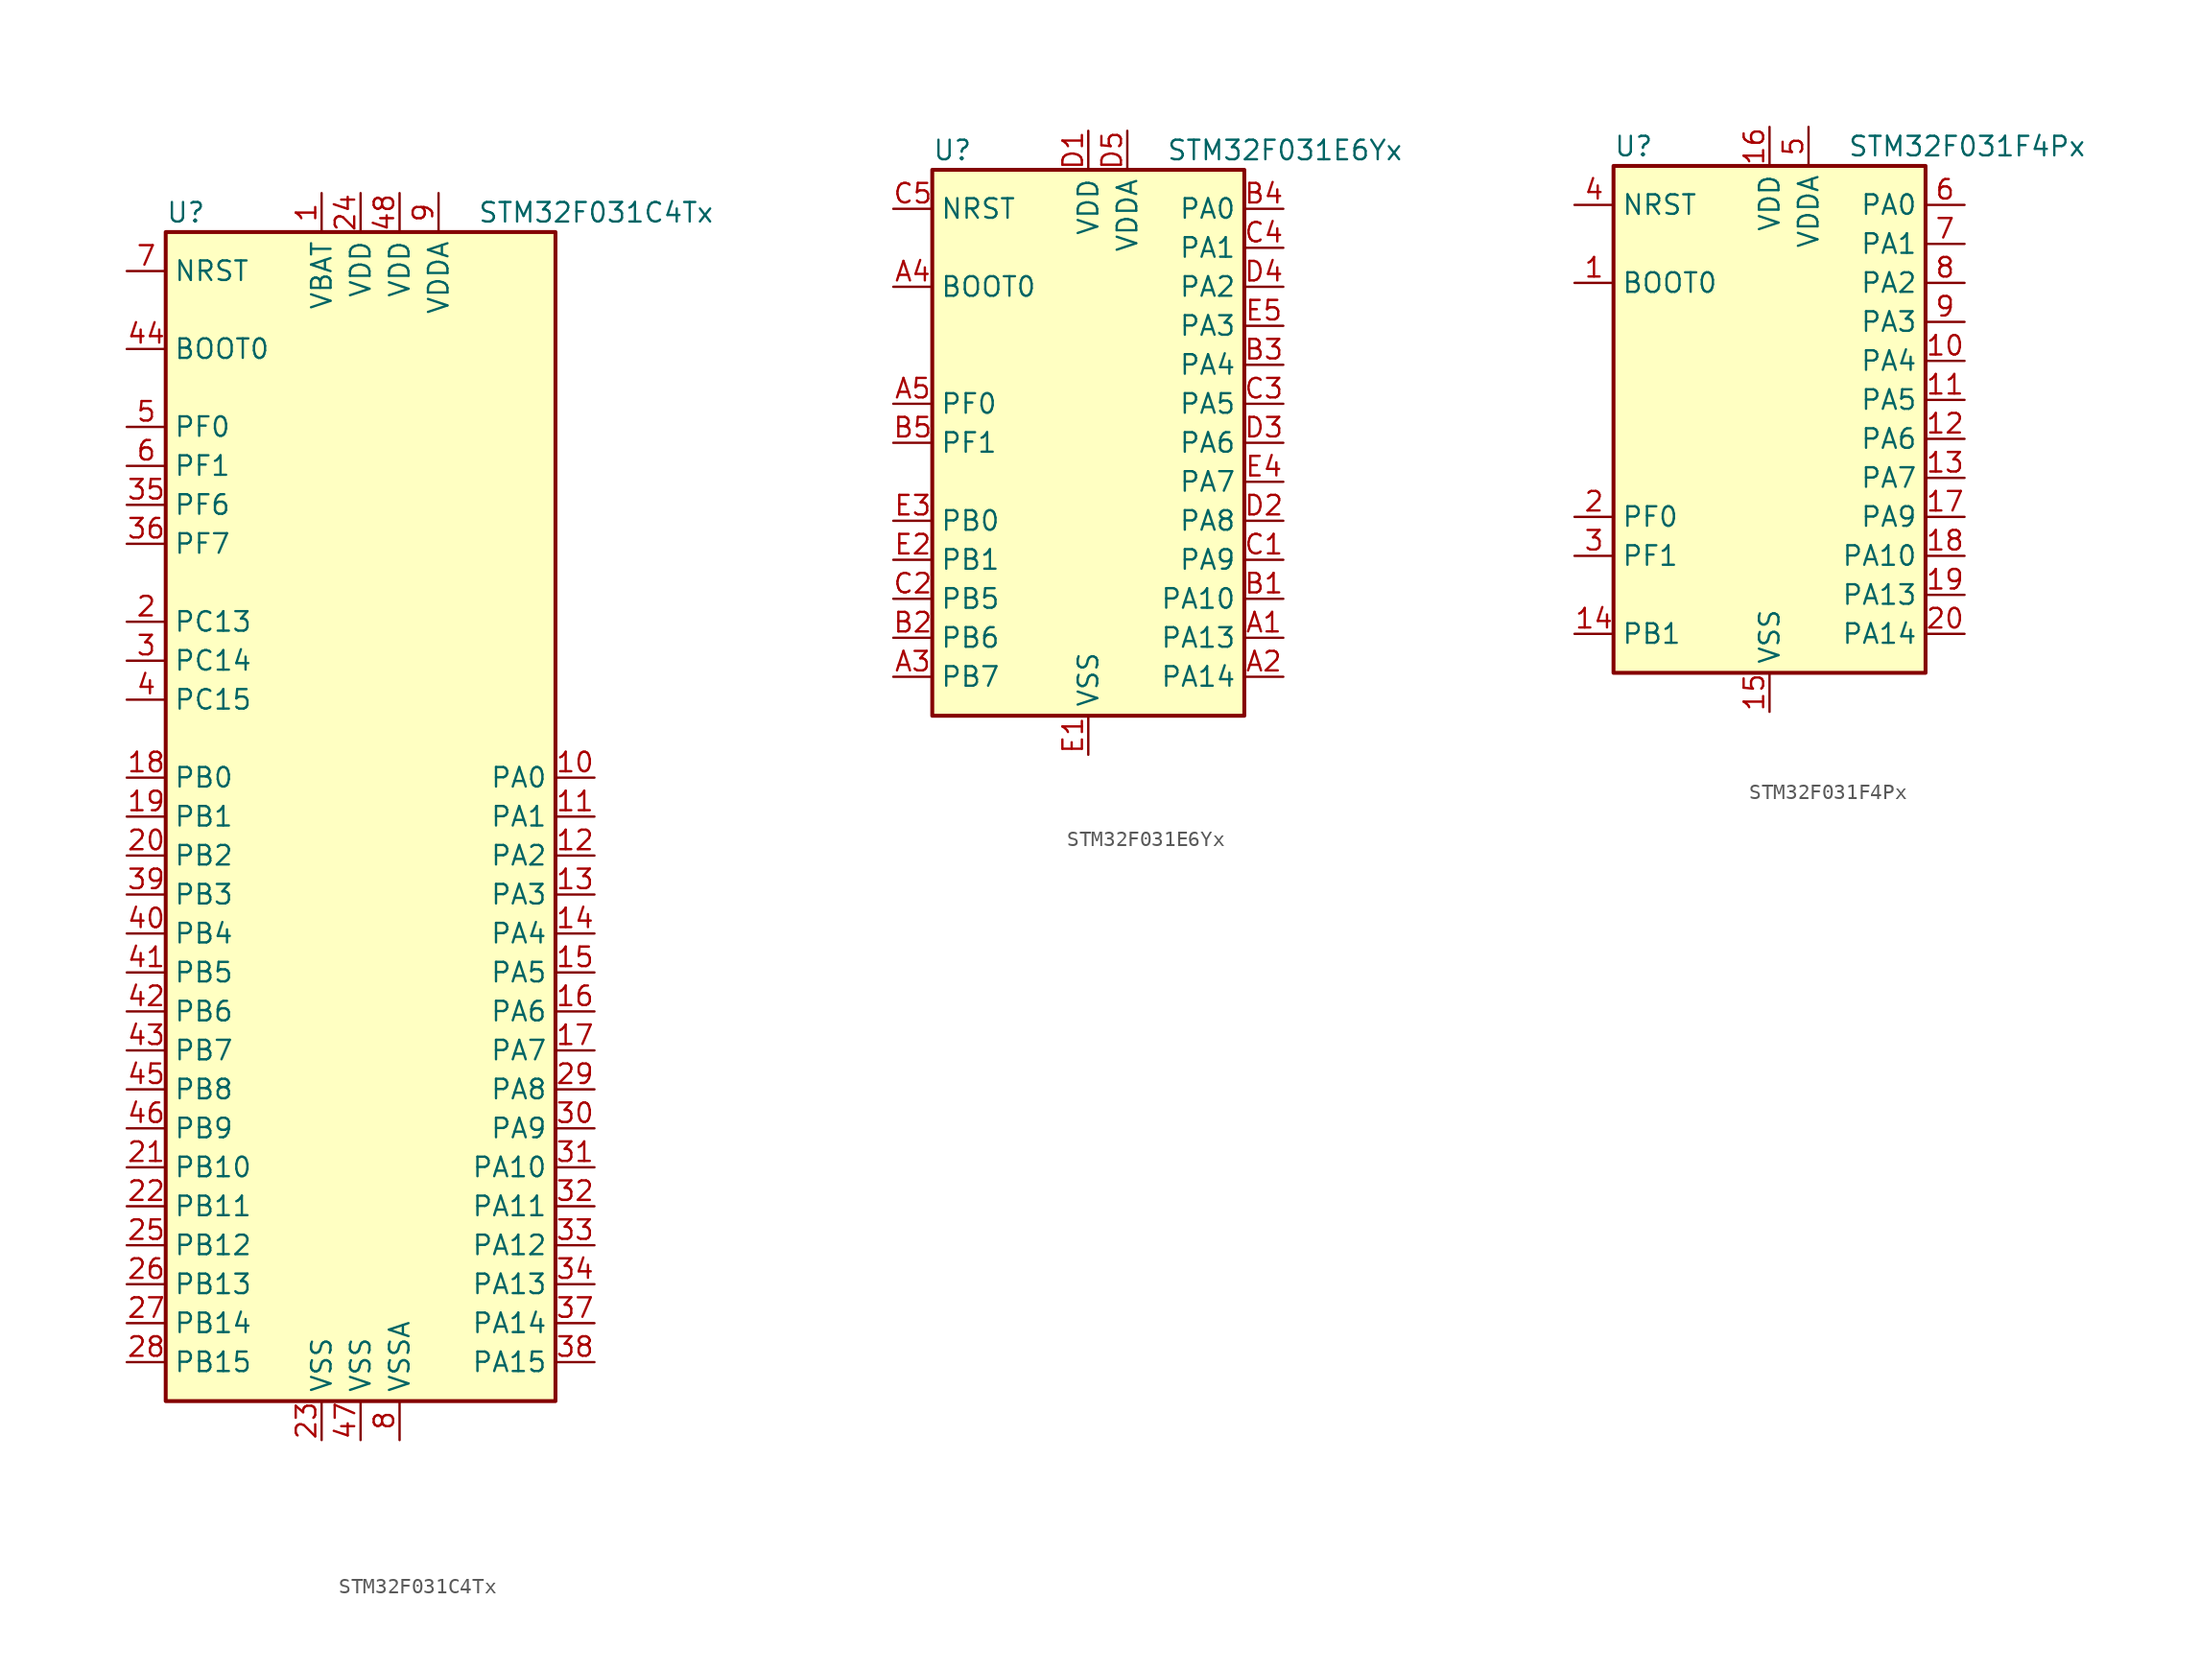
<source format=kicad_sym>
(kicad_symbol_lib
  (version 20211014)
  (generator kicad_symbol_editor)
  (symbol "STM32F031C4Tx"
    (property "Reference" "U"
      (at -12.7 39.37 0)
      (effects (font (size 1.27 1.27)) (justify left)))
    (property "Value" "STM32F031C4Tx"
      (at 7.62 39.37 0)
      (effects (font (size 1.27 1.27)) (justify left)))
    (symbol "STM32F031C4Tx_0_1"
      (rectangle (start -12.7 -38.1) (end 12.7 38.1) (stroke (width 0.254) (type default) (color 0 0 0 0)) (fill (type background))))
    (symbol "STM32F031C4Tx_1_1"
      (pin power_in line (at -2.54 40.64 270) (length 2.54) (name "VBAT" (effects (font (size 1.27 1.27)))) (number "1" (effects (font (size 1.27 1.27)))))
      (pin bidirectional line (at 15.24 2.54 180) (length 2.54) (name "PA0" (effects (font (size 1.27 1.27)))) (number "10" (effects (font (size 1.27 1.27)))))
      (pin bidirectional line (at 15.24 0 180) (length 2.54) (name "PA1" (effects (font (size 1.27 1.27)))) (number "11" (effects (font (size 1.27 1.27)))))
      (pin bidirectional line (at 15.24 -2.54 180) (length 2.54) (name "PA2" (effects (font (size 1.27 1.27)))) (number "12" (effects (font (size 1.27 1.27)))))
      (pin bidirectional line (at 15.24 -5.08 180) (length 2.54) (name "PA3" (effects (font (size 1.27 1.27)))) (number "13" (effects (font (size 1.27 1.27)))))
      (pin bidirectional line (at 15.24 -7.62 180) (length 2.54) (name "PA4" (effects (font (size 1.27 1.27)))) (number "14" (effects (font (size 1.27 1.27)))))
      (pin bidirectional line (at 15.24 -10.16 180) (length 2.54) (name "PA5" (effects (font (size 1.27 1.27)))) (number "15" (effects (font (size 1.27 1.27)))))
      (pin bidirectional line (at 15.24 -12.7 180) (length 2.54) (name "PA6" (effects (font (size 1.27 1.27)))) (number "16" (effects (font (size 1.27 1.27)))))
      (pin bidirectional line (at 15.24 -15.24 180) (length 2.54) (name "PA7" (effects (font (size 1.27 1.27)))) (number "17" (effects (font (size 1.27 1.27)))))
      (pin bidirectional line (at -15.24 2.54 0) (length 2.54) (name "PB0" (effects (font (size 1.27 1.27)))) (number "18" (effects (font (size 1.27 1.27)))))
      (pin bidirectional line (at -15.24 0 0) (length 2.54) (name "PB1" (effects (font (size 1.27 1.27)))) (number "19" (effects (font (size 1.27 1.27)))))
      (pin bidirectional line (at -15.24 12.7 0) (length 2.54) (name "PC13" (effects (font (size 1.27 1.27)))) (number "2" (effects (font (size 1.27 1.27)))))
      (pin bidirectional line (at -15.24 -2.54 0) (length 2.54) (name "PB2" (effects (font (size 1.27 1.27)))) (number "20" (effects (font (size 1.27 1.27)))))
      (pin bidirectional line (at -15.24 -22.86 0) (length 2.54) (name "PB10" (effects (font (size 1.27 1.27)))) (number "21" (effects (font (size 1.27 1.27)))))
      (pin bidirectional line (at -15.24 -25.4 0) (length 2.54) (name "PB11" (effects (font (size 1.27 1.27)))) (number "22" (effects (font (size 1.27 1.27)))))
      (pin power_in line (at -2.54 -40.64 90) (length 2.54) (name "VSS" (effects (font (size 1.27 1.27)))) (number "23" (effects (font (size 1.27 1.27)))))
      (pin power_in line (at 0 40.64 270) (length 2.54) (name "VDD" (effects (font (size 1.27 1.27)))) (number "24" (effects (font (size 1.27 1.27)))))
      (pin bidirectional line (at -15.24 -27.94 0) (length 2.54) (name "PB12" (effects (font (size 1.27 1.27)))) (number "25" (effects (font (size 1.27 1.27)))))
      (pin bidirectional line (at -15.24 -30.48 0) (length 2.54) (name "PB13" (effects (font (size 1.27 1.27)))) (number "26" (effects (font (size 1.27 1.27)))))
      (pin bidirectional line (at -15.24 -33.02 0) (length 2.54) (name "PB14" (effects (font (size 1.27 1.27)))) (number "27" (effects (font (size 1.27 1.27)))))
      (pin bidirectional line (at -15.24 -35.56 0) (length 2.54) (name "PB15" (effects (font (size 1.27 1.27)))) (number "28" (effects (font (size 1.27 1.27)))))
      (pin bidirectional line (at 15.24 -17.78 180) (length 2.54) (name "PA8" (effects (font (size 1.27 1.27)))) (number "29" (effects (font (size 1.27 1.27)))))
      (pin bidirectional line (at -15.24 10.16 0) (length 2.54) (name "PC14" (effects (font (size 1.27 1.27)))) (number "3" (effects (font (size 1.27 1.27)))))
      (pin bidirectional line (at 15.24 -20.32 180) (length 2.54) (name "PA9" (effects (font (size 1.27 1.27)))) (number "30" (effects (font (size 1.27 1.27)))))
      (pin bidirectional line (at 15.24 -22.86 180) (length 2.54) (name "PA10" (effects (font (size 1.27 1.27)))) (number "31" (effects (font (size 1.27 1.27)))))
      (pin bidirectional line (at 15.24 -25.4 180) (length 2.54) (name "PA11" (effects (font (size 1.27 1.27)))) (number "32" (effects (font (size 1.27 1.27)))))
      (pin bidirectional line (at 15.24 -27.94 180) (length 2.54) (name "PA12" (effects (font (size 1.27 1.27)))) (number "33" (effects (font (size 1.27 1.27)))))
      (pin bidirectional line (at 15.24 -30.48 180) (length 2.54) (name "PA13" (effects (font (size 1.27 1.27)))) (number "34" (effects (font (size 1.27 1.27)))))
      (pin bidirectional line (at -15.24 20.32 0) (length 2.54) (name "PF6" (effects (font (size 1.27 1.27)))) (number "35" (effects (font (size 1.27 1.27)))))
      (pin bidirectional line (at -15.24 17.78 0) (length 2.54) (name "PF7" (effects (font (size 1.27 1.27)))) (number "36" (effects (font (size 1.27 1.27)))))
      (pin bidirectional line (at 15.24 -33.02 180) (length 2.54) (name "PA14" (effects (font (size 1.27 1.27)))) (number "37" (effects (font (size 1.27 1.27)))))
      (pin bidirectional line (at 15.24 -35.56 180) (length 2.54) (name "PA15" (effects (font (size 1.27 1.27)))) (number "38" (effects (font (size 1.27 1.27)))))
      (pin bidirectional line (at -15.24 -5.08 0) (length 2.54) (name "PB3" (effects (font (size 1.27 1.27)))) (number "39" (effects (font (size 1.27 1.27)))))
      (pin bidirectional line (at -15.24 7.62 0) (length 2.54) (name "PC15" (effects (font (size 1.27 1.27)))) (number "4" (effects (font (size 1.27 1.27)))))
      (pin bidirectional line (at -15.24 -7.62 0) (length 2.54) (name "PB4" (effects (font (size 1.27 1.27)))) (number "40" (effects (font (size 1.27 1.27)))))
      (pin bidirectional line (at -15.24 -10.16 0) (length 2.54) (name "PB5" (effects (font (size 1.27 1.27)))) (number "41" (effects (font (size 1.27 1.27)))))
      (pin bidirectional line (at -15.24 -12.7 0) (length 2.54) (name "PB6" (effects (font (size 1.27 1.27)))) (number "42" (effects (font (size 1.27 1.27)))))
      (pin bidirectional line (at -15.24 -15.24 0) (length 2.54) (name "PB7" (effects (font (size 1.27 1.27)))) (number "43" (effects (font (size 1.27 1.27)))))
      (pin input line (at -15.24 30.48 0) (length 2.54) (name "BOOT0" (effects (font (size 1.27 1.27)))) (number "44" (effects (font (size 1.27 1.27)))))
      (pin bidirectional line (at -15.24 -17.78 0) (length 2.54) (name "PB8" (effects (font (size 1.27 1.27)))) (number "45" (effects (font (size 1.27 1.27)))))
      (pin bidirectional line (at -15.24 -20.32 0) (length 2.54) (name "PB9" (effects (font (size 1.27 1.27)))) (number "46" (effects (font (size 1.27 1.27)))))
      (pin power_in line (at 0 -40.64 90) (length 2.54) (name "VSS" (effects (font (size 1.27 1.27)))) (number "47" (effects (font (size 1.27 1.27)))))
      (pin power_in line (at 2.54 40.64 270) (length 2.54) (name "VDD" (effects (font (size 1.27 1.27)))) (number "48" (effects (font (size 1.27 1.27)))))
      (pin input line (at -15.24 25.4 0) (length 2.54) (name "PF0" (effects (font (size 1.27 1.27)))) (number "5" (effects (font (size 1.27 1.27)))))
      (pin input line (at -15.24 22.86 0) (length 2.54) (name "PF1" (effects (font (size 1.27 1.27)))) (number "6" (effects (font (size 1.27 1.27)))))
      (pin input line (at -15.24 35.56 0) (length 2.54) (name "NRST" (effects (font (size 1.27 1.27)))) (number "7" (effects (font (size 1.27 1.27)))))
      (pin power_in line (at 2.54 -40.64 90) (length 2.54) (name "VSSA" (effects (font (size 1.27 1.27)))) (number "8" (effects (font (size 1.27 1.27)))))
      (pin power_in line (at 5.08 40.64 270) (length 2.54) (name "VDDA" (effects (font (size 1.27 1.27)))) (number "9" (effects (font (size 1.27 1.27)))))))
  (symbol "STM32F031E6Yx"
    (property "Reference" "U"
      (at -10.16 19.05 0)
      (effects (font (size 1.27 1.27)) (justify left)))
    (property "Value" "STM32F031E6Yx"
      (at 5.08 19.05 0)
      (effects (font (size 1.27 1.27)) (justify left)))
    (symbol "STM32F031E6Yx_0_1"
      (rectangle (start -10.16 -17.78) (end 10.16 17.78) (stroke (width 0.254) (type default) (color 0 0 0 0)) (fill (type background))))
    (symbol "STM32F031E6Yx_1_1"
      (pin bidirectional line (at 12.7 -12.7 180) (length 2.54) (name "PA13" (effects (font (size 1.27 1.27)))) (number "A1" (effects (font (size 1.27 1.27)))))
      (pin bidirectional line (at 12.7 -15.24 180) (length 2.54) (name "PA14" (effects (font (size 1.27 1.27)))) (number "A2" (effects (font (size 1.27 1.27)))))
      (pin bidirectional line (at -12.7 -15.24 0) (length 2.54) (name "PB7" (effects (font (size 1.27 1.27)))) (number "A3" (effects (font (size 1.27 1.27)))))
      (pin input line (at -12.7 10.16 0) (length 2.54) (name "BOOT0" (effects (font (size 1.27 1.27)))) (number "A4" (effects (font (size 1.27 1.27)))))
      (pin input line (at -12.7 2.54 0) (length 2.54) (name "PF0" (effects (font (size 1.27 1.27)))) (number "A5" (effects (font (size 1.27 1.27)))))
      (pin bidirectional line (at 12.7 -10.16 180) (length 2.54) (name "PA10" (effects (font (size 1.27 1.27)))) (number "B1" (effects (font (size 1.27 1.27)))))
      (pin bidirectional line (at -12.7 -12.7 0) (length 2.54) (name "PB6" (effects (font (size 1.27 1.27)))) (number "B2" (effects (font (size 1.27 1.27)))))
      (pin bidirectional line (at 12.7 5.08 180) (length 2.54) (name "PA4" (effects (font (size 1.27 1.27)))) (number "B3" (effects (font (size 1.27 1.27)))))
      (pin bidirectional line (at 12.7 15.24 180) (length 2.54) (name "PA0" (effects (font (size 1.27 1.27)))) (number "B4" (effects (font (size 1.27 1.27)))))
      (pin input line (at -12.7 0 0) (length 2.54) (name "PF1" (effects (font (size 1.27 1.27)))) (number "B5" (effects (font (size 1.27 1.27)))))
      (pin bidirectional line (at 12.7 -7.62 180) (length 2.54) (name "PA9" (effects (font (size 1.27 1.27)))) (number "C1" (effects (font (size 1.27 1.27)))))
      (pin bidirectional line (at -12.7 -10.16 0) (length 2.54) (name "PB5" (effects (font (size 1.27 1.27)))) (number "C2" (effects (font (size 1.27 1.27)))))
      (pin bidirectional line (at 12.7 2.54 180) (length 2.54) (name "PA5" (effects (font (size 1.27 1.27)))) (number "C3" (effects (font (size 1.27 1.27)))))
      (pin bidirectional line (at 12.7 12.7 180) (length 2.54) (name "PA1" (effects (font (size 1.27 1.27)))) (number "C4" (effects (font (size 1.27 1.27)))))
      (pin input line (at -12.7 15.24 0) (length 2.54) (name "NRST" (effects (font (size 1.27 1.27)))) (number "C5" (effects (font (size 1.27 1.27)))))
      (pin power_in line (at 0 20.32 270) (length 2.54) (name "VDD" (effects (font (size 1.27 1.27)))) (number "D1" (effects (font (size 1.27 1.27)))))
      (pin bidirectional line (at 12.7 -5.08 180) (length 2.54) (name "PA8" (effects (font (size 1.27 1.27)))) (number "D2" (effects (font (size 1.27 1.27)))))
      (pin bidirectional line (at 12.7 0 180) (length 2.54) (name "PA6" (effects (font (size 1.27 1.27)))) (number "D3" (effects (font (size 1.27 1.27)))))
      (pin bidirectional line (at 12.7 10.16 180) (length 2.54) (name "PA2" (effects (font (size 1.27 1.27)))) (number "D4" (effects (font (size 1.27 1.27)))))
      (pin power_in line (at 2.54 20.32 270) (length 2.54) (name "VDDA" (effects (font (size 1.27 1.27)))) (number "D5" (effects (font (size 1.27 1.27)))))
      (pin power_in line (at 0 -20.32 90) (length 2.54) (name "VSS" (effects (font (size 1.27 1.27)))) (number "E1" (effects (font (size 1.27 1.27)))))
      (pin bidirectional line (at -12.7 -7.62 0) (length 2.54) (name "PB1" (effects (font (size 1.27 1.27)))) (number "E2" (effects (font (size 1.27 1.27)))))
      (pin bidirectional line (at -12.7 -5.08 0) (length 2.54) (name "PB0" (effects (font (size 1.27 1.27)))) (number "E3" (effects (font (size 1.27 1.27)))))
      (pin bidirectional line (at 12.7 -2.54 180) (length 2.54) (name "PA7" (effects (font (size 1.27 1.27)))) (number "E4" (effects (font (size 1.27 1.27)))))
      (pin bidirectional line (at 12.7 7.62 180) (length 2.54) (name "PA3" (effects (font (size 1.27 1.27)))) (number "E5" (effects (font (size 1.27 1.27)))))))
  (symbol "STM32F031F4Px"
    (property "Reference" "U"
      (at -10.16 16.51 0)
      (effects (font (size 1.27 1.27)) (justify left)))
    (property "Value" "STM32F031F4Px"
      (at 5.08 16.51 0)
      (effects (font (size 1.27 1.27)) (justify left)))
    (symbol "STM32F031F4Px_0_1"
      (rectangle (start -10.16 -17.78) (end 10.16 15.24) (stroke (width 0.254) (type default) (color 0 0 0 0)) (fill (type background))))
    (symbol "STM32F031F4Px_1_1"
      (pin input line (at -12.7 7.62 0) (length 2.54) (name "BOOT0" (effects (font (size 1.27 1.27)))) (number "1" (effects (font (size 1.27 1.27)))))
      (pin bidirectional line (at 12.7 2.54 180) (length 2.54) (name "PA4" (effects (font (size 1.27 1.27)))) (number "10" (effects (font (size 1.27 1.27)))))
      (pin bidirectional line (at 12.7 0 180) (length 2.54) (name "PA5" (effects (font (size 1.27 1.27)))) (number "11" (effects (font (size 1.27 1.27)))))
      (pin bidirectional line (at 12.7 -2.54 180) (length 2.54) (name "PA6" (effects (font (size 1.27 1.27)))) (number "12" (effects (font (size 1.27 1.27)))))
      (pin bidirectional line (at 12.7 -5.08 180) (length 2.54) (name "PA7" (effects (font (size 1.27 1.27)))) (number "13" (effects (font (size 1.27 1.27)))))
      (pin bidirectional line (at -12.7 -15.24 0) (length 2.54) (name "PB1" (effects (font (size 1.27 1.27)))) (number "14" (effects (font (size 1.27 1.27)))))
      (pin power_in line (at 0 -20.32 90) (length 2.54) (name "VSS" (effects (font (size 1.27 1.27)))) (number "15" (effects (font (size 1.27 1.27)))))
      (pin power_in line (at 0 17.78 270) (length 2.54) (name "VDD" (effects (font (size 1.27 1.27)))) (number "16" (effects (font (size 1.27 1.27)))))
      (pin bidirectional line (at 12.7 -7.62 180) (length 2.54) (name "PA9" (effects (font (size 1.27 1.27)))) (number "17" (effects (font (size 1.27 1.27)))))
      (pin bidirectional line (at 12.7 -10.16 180) (length 2.54) (name "PA10" (effects (font (size 1.27 1.27)))) (number "18" (effects (font (size 1.27 1.27)))))
      (pin bidirectional line (at 12.7 -12.7 180) (length 2.54) (name "PA13" (effects (font (size 1.27 1.27)))) (number "19" (effects (font (size 1.27 1.27)))))
      (pin input line (at -12.7 -7.62 0) (length 2.54) (name "PF0" (effects (font (size 1.27 1.27)))) (number "2" (effects (font (size 1.27 1.27)))))
      (pin bidirectional line (at 12.7 -15.24 180) (length 2.54) (name "PA14" (effects (font (size 1.27 1.27)))) (number "20" (effects (font (size 1.27 1.27)))))
      (pin input line (at -12.7 -10.16 0) (length 2.54) (name "PF1" (effects (font (size 1.27 1.27)))) (number "3" (effects (font (size 1.27 1.27)))))
      (pin input line (at -12.7 12.7 0) (length 2.54) (name "NRST" (effects (font (size 1.27 1.27)))) (number "4" (effects (font (size 1.27 1.27)))))
      (pin power_in line (at 2.54 17.78 270) (length 2.54) (name "VDDA" (effects (font (size 1.27 1.27)))) (number "5" (effects (font (size 1.27 1.27)))))
      (pin bidirectional line (at 12.7 12.7 180) (length 2.54) (name "PA0" (effects (font (size 1.27 1.27)))) (number "6" (effects (font (size 1.27 1.27)))))
      (pin bidirectional line (at 12.7 10.16 180) (length 2.54) (name "PA1" (effects (font (size 1.27 1.27)))) (number "7" (effects (font (size 1.27 1.27)))))
      (pin bidirectional line (at 12.7 7.62 180) (length 2.54) (name "PA2" (effects (font (size 1.27 1.27)))) (number "8" (effects (font (size 1.27 1.27)))))
      (pin bidirectional line (at 12.7 5.08 180) (length 2.54) (name "PA3" (effects (font (size 1.27 1.27)))) (number "9" (effects (font (size 1.27 1.27))))))))
</source>
